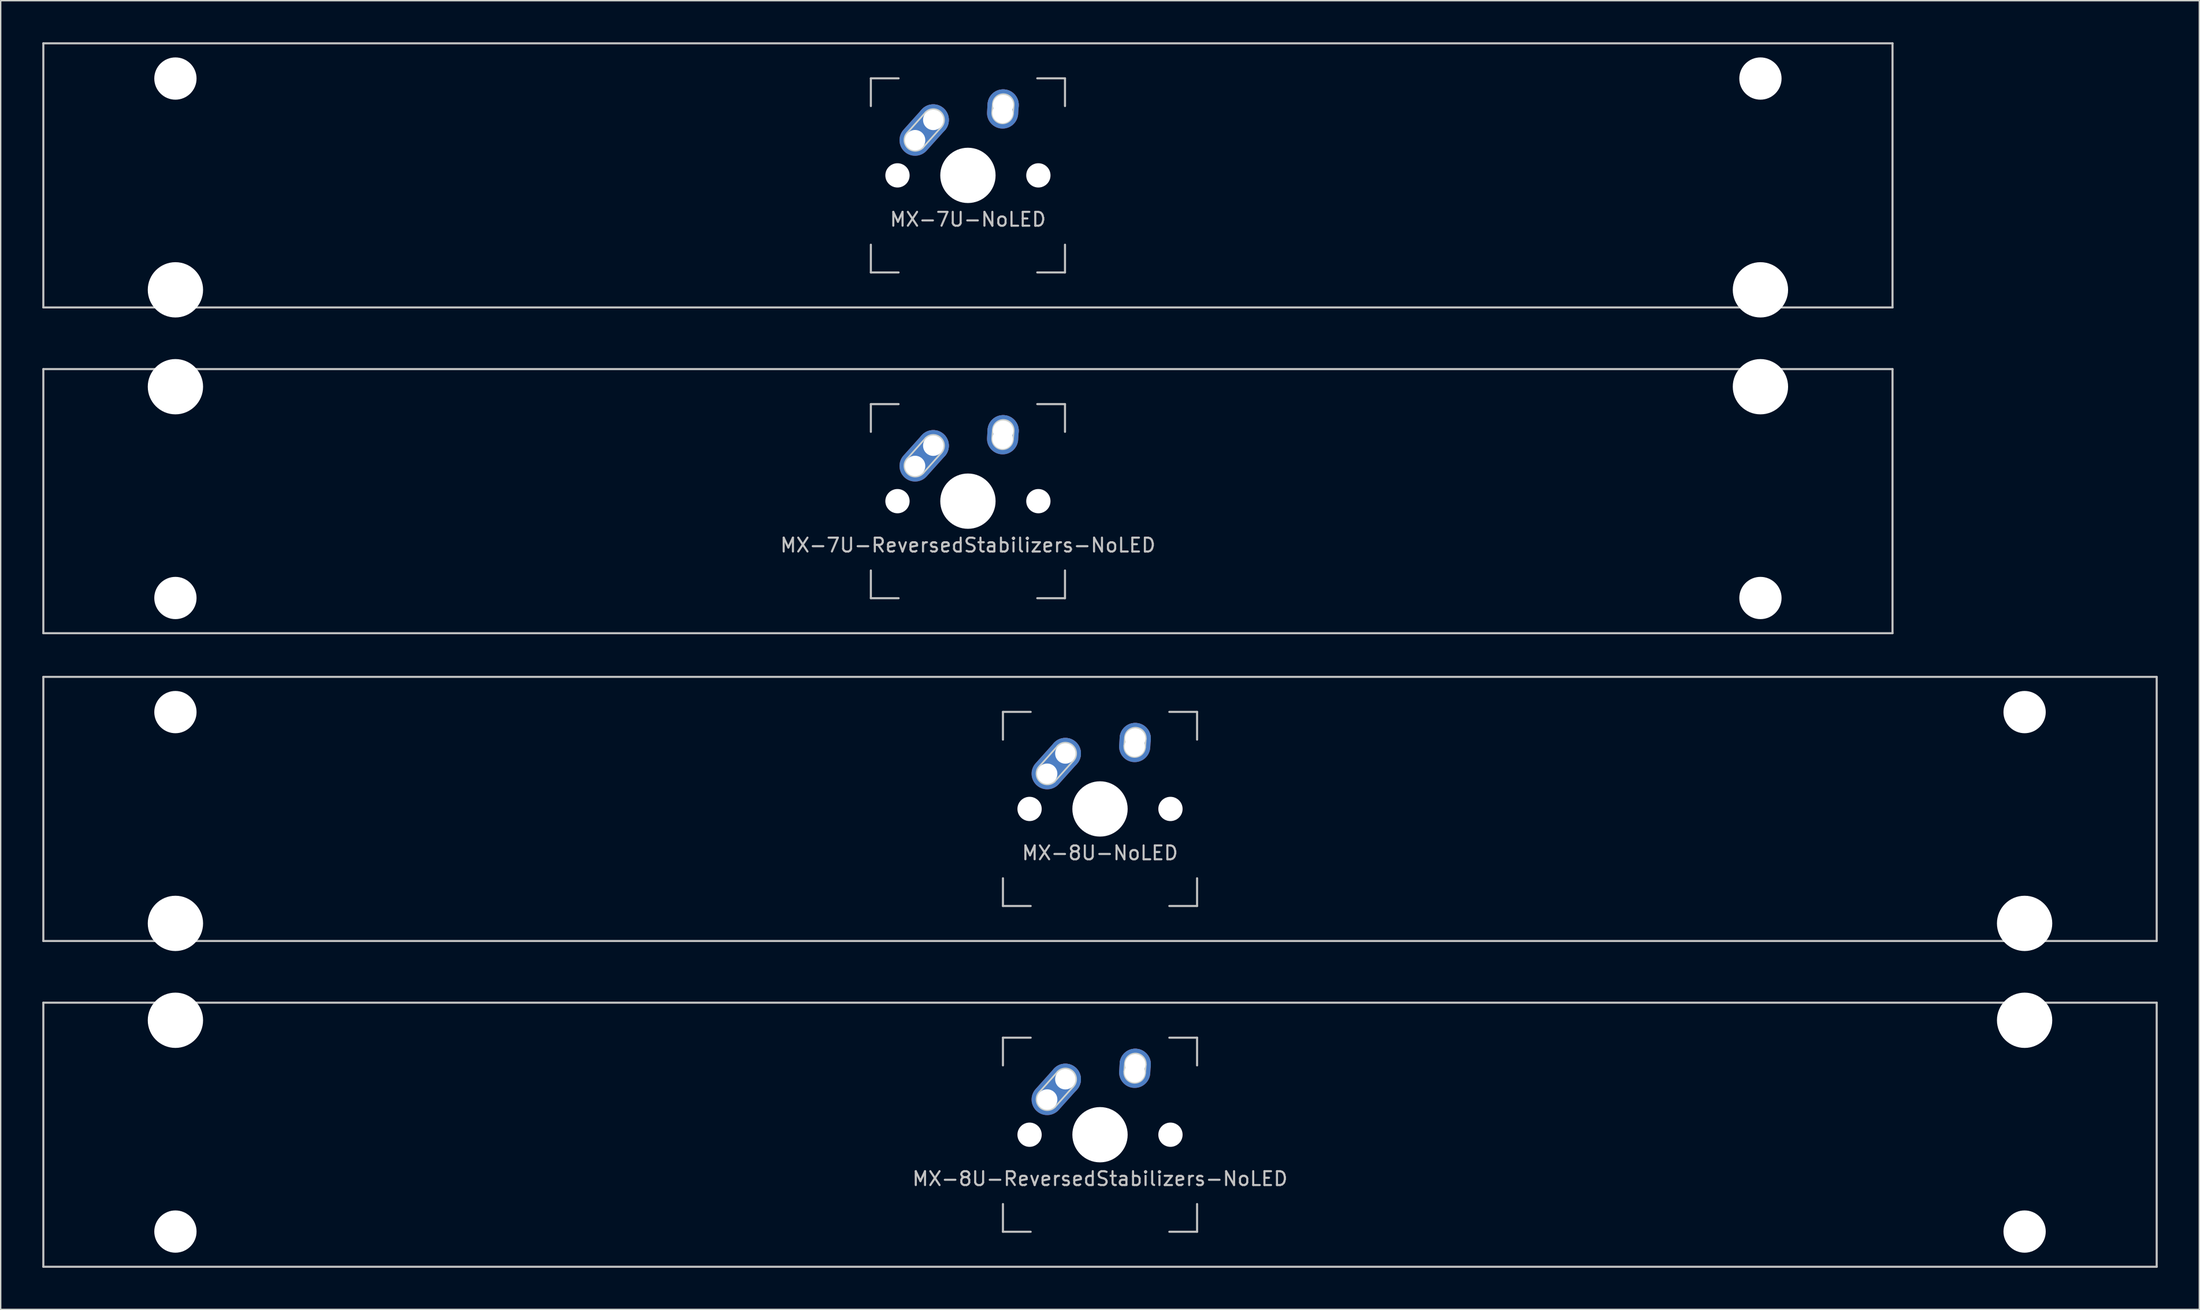
<source format=kicad_pcb>
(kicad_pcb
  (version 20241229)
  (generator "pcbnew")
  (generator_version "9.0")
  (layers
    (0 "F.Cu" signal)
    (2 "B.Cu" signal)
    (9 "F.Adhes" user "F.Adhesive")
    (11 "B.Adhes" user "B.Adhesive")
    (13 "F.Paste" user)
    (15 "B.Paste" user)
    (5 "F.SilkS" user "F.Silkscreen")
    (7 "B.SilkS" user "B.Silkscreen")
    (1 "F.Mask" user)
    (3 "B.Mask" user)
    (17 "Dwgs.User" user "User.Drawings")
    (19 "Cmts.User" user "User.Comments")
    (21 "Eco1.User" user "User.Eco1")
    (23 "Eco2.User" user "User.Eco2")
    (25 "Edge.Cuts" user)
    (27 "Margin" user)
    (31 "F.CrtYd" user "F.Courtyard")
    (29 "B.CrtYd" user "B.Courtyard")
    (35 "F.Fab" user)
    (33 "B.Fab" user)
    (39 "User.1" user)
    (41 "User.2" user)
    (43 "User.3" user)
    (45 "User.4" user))
  (footprint "MX-7U-ReversedStabilizers-NoLED"
    (layer "F.Cu")
    (at 66.75 33.098)
    (property "Reference" "MX-7U-ReversedStabilizers-NoLED" (at 0 3.175 0) (layer "Dwgs.User") (effects (font (size 1 1) (thickness 0.15))))
    (fp_line (start -66.675 -9.525) (end 66.675 -9.525) (stroke (width 0.15) (type solid)) (layer "Dwgs.User"))
    (fp_line (start -66.675 9.525) (end -66.675 -9.525) (stroke (width 0.15) (type solid)) (layer "Dwgs.User"))
    (fp_line (start -66.675 9.525) (end 66.675 9.525) (stroke (width 0.15) (type solid)) (layer "Dwgs.User"))
    (fp_line (start -7 -7) (end -7 -5) (stroke (width 0.15) (type solid)) (layer "Dwgs.User"))
    (fp_line (start -7 5) (end -7 7) (stroke (width 0.15) (type solid)) (layer "Dwgs.User"))
    (fp_line (start -7 7) (end -5 7) (stroke (width 0.15) (type solid)) (layer "Dwgs.User"))
    (fp_line (start -5 -7) (end -7 -7) (stroke (width 0.15) (type solid)) (layer "Dwgs.User"))
    (fp_line (start 5 -7) (end 7 -7) (stroke (width 0.15) (type solid)) (layer "Dwgs.User"))
    (fp_line (start 5 7) (end 7 7) (stroke (width 0.15) (type solid)) (layer "Dwgs.User"))
    (fp_line (start 7 -7) (end 7 -5) (stroke (width 0.15) (type solid)) (layer "Dwgs.User"))
    (fp_line (start 7 7) (end 7 5) (stroke (width 0.15) (type solid)) (layer "Dwgs.User"))
    (fp_line (start 66.675 -9.525) (end 66.675 9.525) (stroke (width 0.15) (type solid)) (layer "Dwgs.User"))
    (fp_line (start -4.35 -3.1) (end -3.05 -4.55) (stroke (width 0.12) (type solid)) (layer "Edge.Cuts"))
    (fp_line (start -3.2 -2.05) (end -3.25 -2) (stroke (width 0.12) (type solid)) (layer "Edge.Cuts"))
    (fp_line (start -1.95 -3.45) (end -3.2 -2.05) (stroke (width 0.12) (type solid)) (layer "Edge.Cuts"))
    (fp_line (start 1.8 -5.15) (end 1.751 -4.562) (stroke (width 0.12) (type solid)) (layer "Edge.Cuts"))
    (fp_line (start 3.3 -5.05) (end 3.25 -4.45) (stroke (width 0.12) (type solid)) (layer "Edge.Cuts"))
    (fp_arc (start -3.25 -2) (mid -4.35 -2) (end -4.35 -3.1) (stroke (width 0.12) (type solid)) (layer "Edge.Cuts"))
    (fp_arc (start -3.05 -4.55) (mid -1.95 -4.55) (end -1.95 -3.45) (stroke (width 0.12) (type solid)) (layer "Edge.Cuts"))
    (fp_arc (start 1.800001 -5.15) (mid 2.6 -5.849999) (end 3.299999 -5.05) (stroke (width 0.12) (type solid)) (layer "Edge.Cuts"))
    (fp_arc (start 3.249999 -4.45) (mid 2.443787 -3.750441) (end 1.750933 -4.562422) (stroke (width 0.12) (type solid)) (layer "Edge.Cuts"))
    (pad "" np_thru_hole circle (at -57.15 -8.255) (size 3.988 3.988) (drill 3.988) (layers "*.Cu" "*.Mask"))
    (pad "" np_thru_hole circle (at -57.15 6.985) (size 3.048 3.048) (drill 3.048) (layers "*.Cu" "*.Mask"))
    (pad "" np_thru_hole circle (at -5.08 0 48.1) (size 1.75 1.75) (drill 1.75) (layers "*.Cu" "*.Mask"))
    (pad "" np_thru_hole circle (at 0 0) (size 3.988 3.988) (drill 3.988) (layers "*.Cu" "*.Mask"))
    (pad "" np_thru_hole circle (at 5.08 0 48.1) (size 1.75 1.75) (drill 1.75) (layers "*.Cu" "*.Mask"))
    (pad "" np_thru_hole circle (at 57.15 -8.255) (size 3.988 3.988) (drill 3.988) (layers "*.Cu" "*.Mask"))
    (pad "" np_thru_hole circle (at 57.15 6.985) (size 3.048 3.048) (drill 3.048) (layers "*.Cu" "*.Mask"))
    (pad "1" thru_hole oval (at -3.81 -2.54 48.1) (size 4.212 2.25) (drill 1.47 (offset 0.981 0)) (layers "*.Cu" "B.Mask"))
    (pad "1" thru_hole circle (at -2.5 -4) (size 2.25 2.25) (drill 1.47) (layers "*.Cu" "B.Mask"))
    (pad "2" thru_hole oval (at 2.5 -4.5 86.055) (size 2.831 2.25) (drill 1.47 (offset 0.291 0)) (layers "*.Cu" "B.Mask"))
    (pad "2" thru_hole circle (at 2.54 -5.08) (size 2.25 2.25) (drill 1.47) (layers "*.Cu" "B.Mask")))
  (footprint "MX-8U-ReversedStabilizers-NoLED"
    (layer "F.Cu")
    (at 76.275 78.796)
    (property "Reference" "MX-8U-ReversedStabilizers-NoLED" (at 0 3.175 0) (layer "Dwgs.User") (effects (font (size 1 1) (thickness 0.15))))
    (fp_line (start -76.2 -9.525) (end 76.2 -9.525) (stroke (width 0.15) (type solid)) (layer "Dwgs.User"))
    (fp_line (start -76.2 9.525) (end -76.2 -9.525) (stroke (width 0.15) (type solid)) (layer "Dwgs.User"))
    (fp_line (start -76.2 9.525) (end 76.2 9.525) (stroke (width 0.15) (type solid)) (layer "Dwgs.User"))
    (fp_line (start -7 -7) (end -7 -5) (stroke (width 0.15) (type solid)) (layer "Dwgs.User"))
    (fp_line (start -7 5) (end -7 7) (stroke (width 0.15) (type solid)) (layer "Dwgs.User"))
    (fp_line (start -7 7) (end -5 7) (stroke (width 0.15) (type solid)) (layer "Dwgs.User"))
    (fp_line (start -5 -7) (end -7 -7) (stroke (width 0.15) (type solid)) (layer "Dwgs.User"))
    (fp_line (start 5 -7) (end 7 -7) (stroke (width 0.15) (type solid)) (layer "Dwgs.User"))
    (fp_line (start 5 7) (end 7 7) (stroke (width 0.15) (type solid)) (layer "Dwgs.User"))
    (fp_line (start 7 -7) (end 7 -5) (stroke (width 0.15) (type solid)) (layer "Dwgs.User"))
    (fp_line (start 7 7) (end 7 5) (stroke (width 0.15) (type solid)) (layer "Dwgs.User"))
    (fp_line (start 76.2 -9.525) (end 76.2 9.525) (stroke (width 0.15) (type solid)) (layer "Dwgs.User"))
    (fp_line (start -4.35 -3.1) (end -3.05 -4.55) (stroke (width 0.12) (type solid)) (layer "Edge.Cuts"))
    (fp_line (start -1.95 -3.45) (end -3.25 -2) (stroke (width 0.12) (type solid)) (layer "Edge.Cuts"))
    (fp_line (start 1.8 -5.144) (end 1.751 -4.558) (stroke (width 0.12) (type solid)) (layer "Edge.Cuts"))
    (fp_line (start 3.3 -5.05) (end 3.25 -4.45) (stroke (width 0.12) (type solid)) (layer "Edge.Cuts"))
    (fp_arc (start -3.25 -2) (mid -4.35 -2) (end -4.35 -3.1) (stroke (width 0.12) (type solid)) (layer "Edge.Cuts"))
    (fp_arc (start -3.05 -4.55) (mid -1.95 -4.55) (end -1.95 -3.45) (stroke (width 0.12) (type solid)) (layer "Edge.Cuts"))
    (fp_arc (start 1.799633 -5.144139) (mid 2.59707 -5.850189) (end 3.299999 -5.05) (stroke (width 0.12) (type solid)) (layer "Edge.Cuts"))
    (fp_arc (start 3.249999 -4.45) (mid 2.446174 -3.750266) (end 1.75055 -4.55765) (stroke (width 0.12) (type solid)) (layer "Edge.Cuts"))
    (pad "" np_thru_hole circle (at -66.675 -8.255) (size 3.988 3.988) (drill 3.988) (layers "*.Cu" "*.Mask"))
    (pad "" np_thru_hole circle (at -66.675 6.985) (size 3.048 3.048) (drill 3.048) (layers "*.Cu" "*.Mask"))
    (pad "" np_thru_hole circle (at -5.08 0 48.1) (size 1.75 1.75) (drill 1.75) (layers "*.Cu" "*.Mask"))
    (pad "" np_thru_hole circle (at 0 0) (size 3.988 3.988) (drill 3.988) (layers "*.Cu" "*.Mask"))
    (pad "" np_thru_hole circle (at 5.08 0 48.1) (size 1.75 1.75) (drill 1.75) (layers "*.Cu" "*.Mask"))
    (pad "" np_thru_hole circle (at 66.675 -8.255) (size 3.988 3.988) (drill 3.988) (layers "*.Cu" "*.Mask"))
    (pad "" np_thru_hole circle (at 66.675 6.985) (size 3.048 3.048) (drill 3.048) (layers "*.Cu" "*.Mask"))
    (pad "1" thru_hole oval (at -3.81 -2.54 48.1) (size 4.212 2.25) (drill 1.47 (offset 0.981 0)) (layers "*.Cu" "B.Mask"))
    (pad "1" thru_hole circle (at -2.5 -4) (size 2.25 2.25) (drill 1.47) (layers "*.Cu" "B.Mask"))
    (pad "2" thru_hole oval (at 2.5 -4.5 86.055) (size 2.831 2.25) (drill 1.47 (offset 0.291 0)) (layers "*.Cu" "B.Mask"))
    (pad "2" thru_hole circle (at 2.54 -5.08) (size 2.25 2.25) (drill 1.47) (layers "*.Cu" "B.Mask")))
  (footprint "MX-8U-NoLED"
    (layer "F.Cu")
    (at 76.275 55.298)
    (property "Reference" "MX-8U-NoLED" (at 0 3.175 0) (layer "Dwgs.User") (effects (font (size 1 1) (thickness 0.15))))
    (fp_line (start -76.2 -9.525) (end 76.2 -9.525) (stroke (width 0.15) (type solid)) (layer "Dwgs.User"))
    (fp_line (start -76.2 9.525) (end -76.2 -9.525) (stroke (width 0.15) (type solid)) (layer "Dwgs.User"))
    (fp_line (start -76.2 9.525) (end 76.2 9.525) (stroke (width 0.15) (type solid)) (layer "Dwgs.User"))
    (fp_line (start -7 -7) (end -7 -5) (stroke (width 0.15) (type solid)) (layer "Dwgs.User"))
    (fp_line (start -7 5) (end -7 7) (stroke (width 0.15) (type solid)) (layer "Dwgs.User"))
    (fp_line (start -7 7) (end -5 7) (stroke (width 0.15) (type solid)) (layer "Dwgs.User"))
    (fp_line (start -5 -7) (end -7 -7) (stroke (width 0.15) (type solid)) (layer "Dwgs.User"))
    (fp_line (start 5 -7) (end 7 -7) (stroke (width 0.15) (type solid)) (layer "Dwgs.User"))
    (fp_line (start 5 7) (end 7 7) (stroke (width 0.15) (type solid)) (layer "Dwgs.User"))
    (fp_line (start 7 -7) (end 7 -5) (stroke (width 0.15) (type solid)) (layer "Dwgs.User"))
    (fp_line (start 7 7) (end 7 5) (stroke (width 0.15) (type solid)) (layer "Dwgs.User"))
    (fp_line (start 76.2 -9.525) (end 76.2 9.525) (stroke (width 0.15) (type solid)) (layer "Dwgs.User"))
    (fp_line (start -4.3 -3.15) (end -3.05 -4.55) (stroke (width 0.12) (type solid)) (layer "Edge.Cuts"))
    (fp_line (start -1.95 -3.45) (end -3.278 -1.969) (stroke (width 0.12) (type solid)) (layer "Edge.Cuts"))
    (fp_line (start 1.8 -5.15) (end 1.75 -4.554) (stroke (width 0.12) (type solid)) (layer "Edge.Cuts"))
    (fp_line (start 3.3 -5.05) (end 3.25 -4.45) (stroke (width 0.12) (type solid)) (layer "Edge.Cuts"))
    (fp_arc (start -3.277523 -1.96947) (mid -4.390371 -2.038669) (end -4.299999 -3.149999) (stroke (width 0.12) (type solid)) (layer "Edge.Cuts"))
    (fp_arc (start -3.05 -4.55) (mid -1.95 -4.55) (end -1.95 -3.45) (stroke (width 0.12) (type solid)) (layer "Edge.Cuts"))
    (fp_arc (start 1.800001 -5.15) (mid 2.6 -5.849999) (end 3.299999 -5.05) (stroke (width 0.12) (type solid)) (layer "Edge.Cuts"))
    (fp_arc (start 3.249999 -4.45) (mid 2.448223 -3.750122) (end 1.750246 -4.553554) (stroke (width 0.12) (type solid)) (layer "Edge.Cuts"))
    (pad "" np_thru_hole circle (at -66.675 -6.985) (size 3.048 3.048) (drill 3.048) (layers "*.Cu" "*.Mask"))
    (pad "" np_thru_hole circle (at -66.675 8.255) (size 3.988 3.988) (drill 3.988) (layers "*.Cu" "*.Mask"))
    (pad "" np_thru_hole circle (at -5.08 0 48.1) (size 1.75 1.75) (drill 1.75) (layers "*.Cu" "*.Mask"))
    (pad "" np_thru_hole circle (at 0 0) (size 3.988 3.988) (drill 3.988) (layers "*.Cu" "*.Mask"))
    (pad "" np_thru_hole circle (at 5.08 0 48.1) (size 1.75 1.75) (drill 1.75) (layers "*.Cu" "*.Mask"))
    (pad "" np_thru_hole circle (at 66.675 -6.985) (size 3.048 3.048) (drill 3.048) (layers "*.Cu" "*.Mask"))
    (pad "" np_thru_hole circle (at 66.675 8.255) (size 3.988 3.988) (drill 3.988) (layers "*.Cu" "*.Mask"))
    (pad "1" thru_hole oval (at -3.81 -2.54 48.1) (size 4.212 2.25) (drill 1.47 (offset 0.981 0)) (layers "*.Cu" "B.Mask"))
    (pad "1" thru_hole circle (at -2.5 -4) (size 2.25 2.25) (drill 1.47) (layers "*.Cu" "B.Mask"))
    (pad "2" thru_hole oval (at 2.5 -4.5 86.055) (size 2.831 2.25) (drill 1.47 (offset 0.291 0)) (layers "*.Cu" "B.Mask"))
    (pad "2" thru_hole circle (at 2.54 -5.08) (size 2.25 2.25) (drill 1.47) (layers "*.Cu" "B.Mask")))
  (footprint "MX-7U-NoLED"
    (layer "F.Cu")
    (at 66.75 9.6)
    (property "Reference" "MX-7U-NoLED" (at 0 3.175 0) (layer "Dwgs.User") (effects (font (size 1 1) (thickness 0.15))))
    (fp_line (start -66.675 -9.525) (end 66.675 -9.525) (stroke (width 0.15) (type solid)) (layer "Dwgs.User"))
    (fp_line (start -66.675 9.525) (end -66.675 -9.525) (stroke (width 0.15) (type solid)) (layer "Dwgs.User"))
    (fp_line (start -66.675 9.525) (end 66.675 9.525) (stroke (width 0.15) (type solid)) (layer "Dwgs.User"))
    (fp_line (start -7 -7) (end -7 -5) (stroke (width 0.15) (type solid)) (layer "Dwgs.User"))
    (fp_line (start -7 5) (end -7 7) (stroke (width 0.15) (type solid)) (layer "Dwgs.User"))
    (fp_line (start -7 7) (end -5 7) (stroke (width 0.15) (type solid)) (layer "Dwgs.User"))
    (fp_line (start -5 -7) (end -7 -7) (stroke (width 0.15) (type solid)) (layer "Dwgs.User"))
    (fp_line (start 5 -7) (end 7 -7) (stroke (width 0.15) (type solid)) (layer "Dwgs.User"))
    (fp_line (start 5 7) (end 7 7) (stroke (width 0.15) (type solid)) (layer "Dwgs.User"))
    (fp_line (start 7 -7) (end 7 -5) (stroke (width 0.15) (type solid)) (layer "Dwgs.User"))
    (fp_line (start 7 7) (end 7 5) (stroke (width 0.15) (type solid)) (layer "Dwgs.User"))
    (fp_line (start 66.675 -9.525) (end 66.675 9.525) (stroke (width 0.15) (type solid)) (layer "Dwgs.User"))
    (fp_line (start -4.35 -3.1) (end -3.05 -4.55) (stroke (width 0.12) (type solid)) (layer "Edge.Cuts"))
    (fp_line (start -1.95 -3.45) (end -3.25 -2) (stroke (width 0.12) (type solid)) (layer "Edge.Cuts"))
    (fp_line (start 1.75 -4.544) (end 1.8 -5.147) (stroke (width 0.12) (type solid)) (layer "Edge.Cuts"))
    (fp_line (start 3.3 -5.05) (end 3.25 -4.45) (stroke (width 0.12) (type solid)) (layer "Edge.Cuts"))
    (fp_arc (start -3.25 -2) (mid -4.35 -2) (end -4.35 -3.1) (stroke (width 0.12) (type solid)) (layer "Edge.Cuts"))
    (fp_arc (start -3.05 -4.55) (mid -1.95 -4.55) (end -1.95 -3.45) (stroke (width 0.12) (type solid)) (layer "Edge.Cuts"))
    (fp_arc (start 1.7998 -5.146888) (mid 2.598444 -5.850101) (end 3.299999 -5.05) (stroke (width 0.12) (type solid)) (layer "Edge.Cuts"))
    (fp_arc (start 3.249999 -4.45) (mid 2.45293 -3.749811) (end 1.749633 -4.544139) (stroke (width 0.12) (type solid)) (layer "Edge.Cuts"))
    (pad "" np_thru_hole circle (at -57.15 -6.985) (size 3.048 3.048) (drill 3.048) (layers "*.Cu" "*.Mask"))
    (pad "" np_thru_hole circle (at -57.15 8.255) (size 3.988 3.988) (drill 3.988) (layers "*.Cu" "*.Mask"))
    (pad "" np_thru_hole circle (at -5.08 0 48.1) (size 1.75 1.75) (drill 1.75) (layers "*.Cu" "*.Mask"))
    (pad "" np_thru_hole circle (at 0 0) (size 3.988 3.988) (drill 3.988) (layers "*.Cu" "*.Mask"))
    (pad "" np_thru_hole circle (at 5.08 0 48.1) (size 1.75 1.75) (drill 1.75) (layers "*.Cu" "*.Mask"))
    (pad "" np_thru_hole circle (at 57.15 -6.985) (size 3.048 3.048) (drill 3.048) (layers "*.Cu" "*.Mask"))
    (pad "" np_thru_hole circle (at 57.15 8.255) (size 3.988 3.988) (drill 3.988) (layers "*.Cu" "*.Mask"))
    (pad "1" thru_hole oval (at -3.81 -2.54 48.1) (size 4.212 2.25) (drill 1.47 (offset 0.981 0)) (layers "*.Cu" "B.Mask"))
    (pad "1" thru_hole circle (at -2.5 -4) (size 2.25 2.25) (drill 1.47) (layers "*.Cu" "B.Mask"))
    (pad "2" thru_hole oval (at 2.5 -4.5 86.055) (size 2.831 2.25) (drill 1.47 (offset 0.291 0)) (layers "*.Cu" "B.Mask"))
    (pad "2" thru_hole circle (at 2.54 -5.08) (size 2.25 2.25) (drill 1.47) (layers "*.Cu" "B.Mask")))
  (gr_rect
    (start -3 -3)
    (end 155.55 91.396)
    (stroke (width 0.1) (type default))
    (fill no)
    (layer "Edge.Cuts")))
</source>
